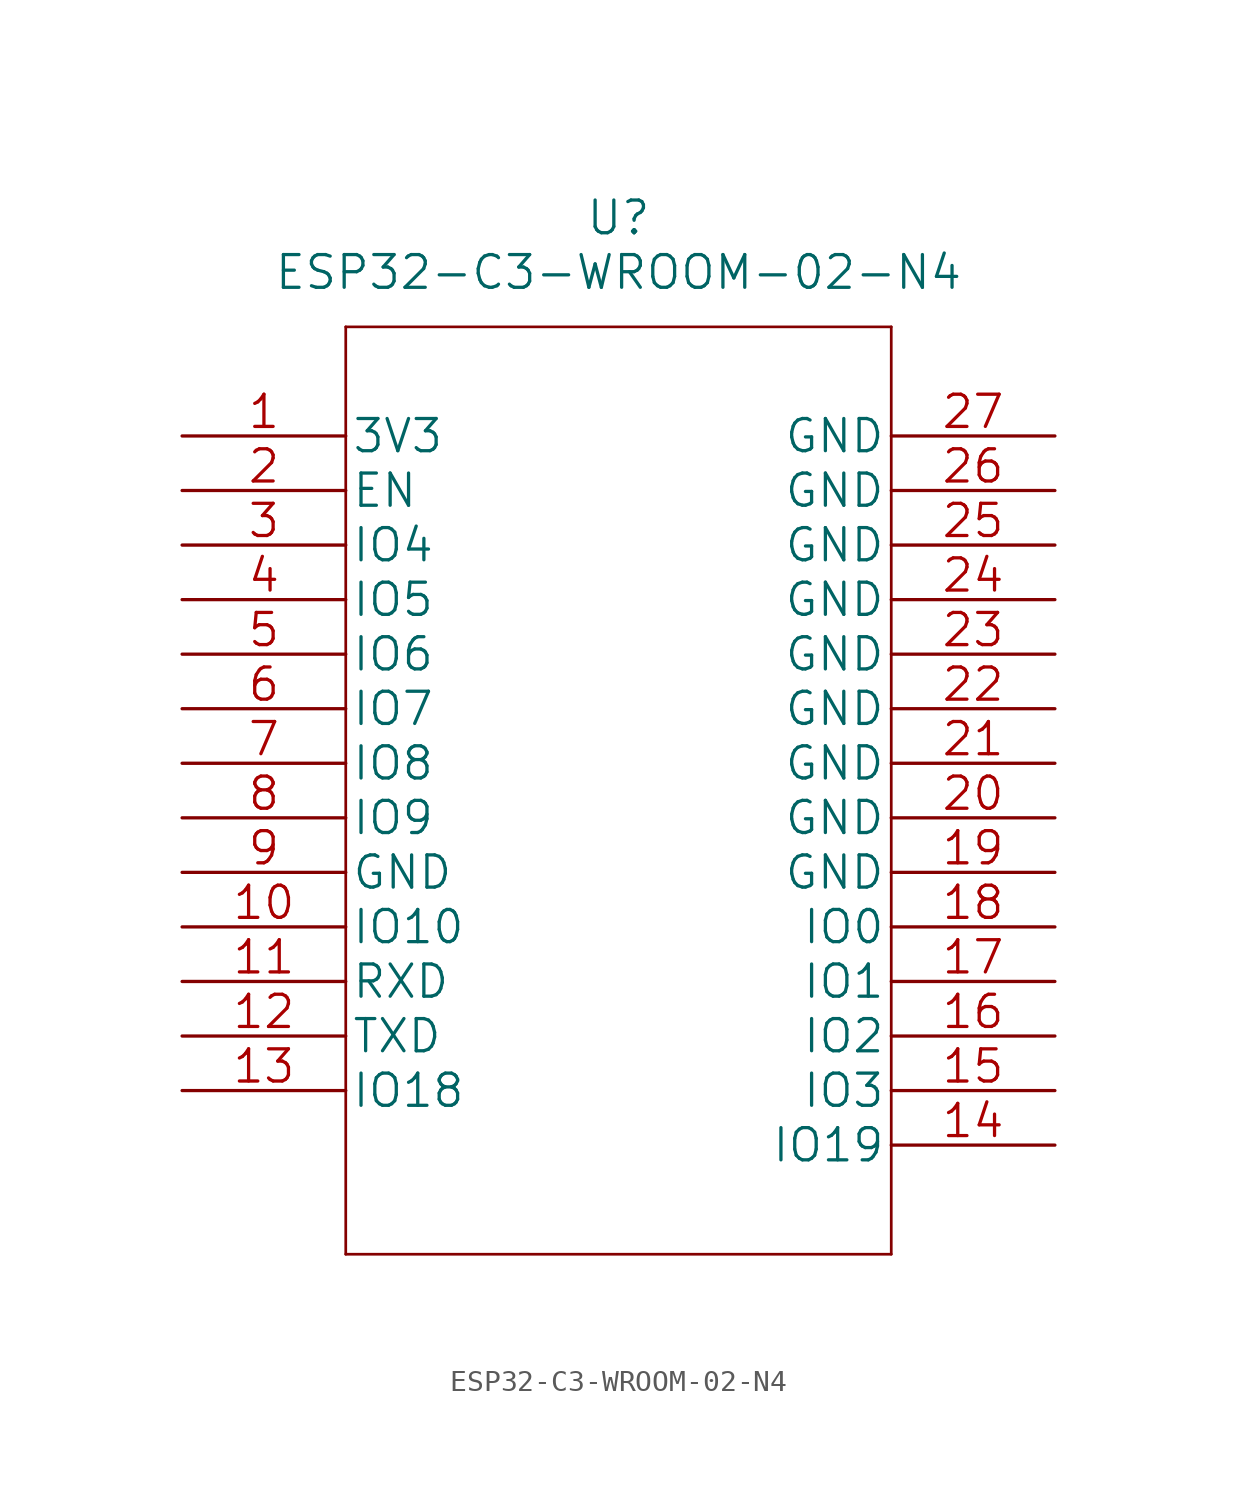
<source format=kicad_sym>
(kicad_symbol_lib
  (version 20211014)
  (generator kicad_symbol_editor)
  (symbol "ESP32-C3-WROOM-02-N4"
    (pin_names
      (offset 0.254))
    (property "Reference" "U"
      (at 20.32 10.16 0)
      (effects (font (size 1.524 1.524))))
    (property "Value" "ESP32-C3-WROOM-02-N4"
      (at 20.32 7.62 0)
      (effects (font (size 1.524 1.524))))
    (property "Datasheet" ""
      (at 0 0 0)
      (effects (font (size 1.524 1.524))))
    (property "ki_locked" ""
      (at 0 0 0)
      (effects (font (size 1.27 1.27))))
    (symbol "ESP32-C3-WROOM-02-N4_1_1"
      (polyline (pts (xy 7.62 -38.1) (xy 33.02 -38.1)) (stroke (width 0.127) (type default) (color 0 0 0 0)) (fill (type none)))
      (polyline (pts (xy 7.62 5.08) (xy 7.62 -38.1)) (stroke (width 0.127) (type default) (color 0 0 0 0)) (fill (type none)))
      (polyline (pts (xy 33.02 -38.1) (xy 33.02 5.08)) (stroke (width 0.127) (type default) (color 0 0 0 0)) (fill (type none)))
      (polyline (pts (xy 33.02 5.08) (xy 7.62 5.08)) (stroke (width 0.127) (type default) (color 0 0 0 0)) (fill (type none)))
      (pin unspecified line (at 0 0 0) (length 7.62) (name "3V3" (effects (font (size 1.499 1.499)))) (number "1" (effects (font (size 1.499 1.499)))))
      (pin bidirectional line (at 0 -22.86 0) (length 7.62) (name "IO10" (effects (font (size 1.499 1.499)))) (number "10" (effects (font (size 1.499 1.499)))))
      (pin unspecified line (at 0 -25.4 0) (length 7.62) (name "RXD" (effects (font (size 1.499 1.499)))) (number "11" (effects (font (size 1.499 1.499)))))
      (pin unspecified line (at 0 -27.94 0) (length 7.62) (name "TXD" (effects (font (size 1.499 1.499)))) (number "12" (effects (font (size 1.499 1.499)))))
      (pin bidirectional line (at 0 -30.48 0) (length 7.62) (name "IO18" (effects (font (size 1.499 1.499)))) (number "13" (effects (font (size 1.499 1.499)))))
      (pin bidirectional line (at 40.64 -33.02 180) (length 7.62) (name "IO19" (effects (font (size 1.499 1.499)))) (number "14" (effects (font (size 1.499 1.499)))))
      (pin bidirectional line (at 40.64 -30.48 180) (length 7.62) (name "IO3" (effects (font (size 1.499 1.499)))) (number "15" (effects (font (size 1.499 1.499)))))
      (pin bidirectional line (at 40.64 -27.94 180) (length 7.62) (name "IO2" (effects (font (size 1.499 1.499)))) (number "16" (effects (font (size 1.499 1.499)))))
      (pin bidirectional line (at 40.64 -25.4 180) (length 7.62) (name "IO1" (effects (font (size 1.499 1.499)))) (number "17" (effects (font (size 1.499 1.499)))))
      (pin bidirectional line (at 40.64 -22.86 180) (length 7.62) (name "IO0" (effects (font (size 1.499 1.499)))) (number "18" (effects (font (size 1.499 1.499)))))
      (pin power_in line (at 40.64 -20.32 180) (length 7.62) (name "GND" (effects (font (size 1.499 1.499)))) (number "19" (effects (font (size 1.499 1.499)))))
      (pin unspecified line (at 0 -2.54 0) (length 7.62) (name "EN" (effects (font (size 1.499 1.499)))) (number "2" (effects (font (size 1.499 1.499)))))
      (pin power_in line (at 40.64 -17.78 180) (length 7.62) (name "GND" (effects (font (size 1.499 1.499)))) (number "20" (effects (font (size 1.499 1.499)))))
      (pin power_in line (at 40.64 -15.24 180) (length 7.62) (name "GND" (effects (font (size 1.499 1.499)))) (number "21" (effects (font (size 1.499 1.499)))))
      (pin power_in line (at 40.64 -12.7 180) (length 7.62) (name "GND" (effects (font (size 1.499 1.499)))) (number "22" (effects (font (size 1.499 1.499)))))
      (pin power_in line (at 40.64 -10.16 180) (length 7.62) (name "GND" (effects (font (size 1.499 1.499)))) (number "23" (effects (font (size 1.499 1.499)))))
      (pin power_in line (at 40.64 -7.62 180) (length 7.62) (name "GND" (effects (font (size 1.499 1.499)))) (number "24" (effects (font (size 1.499 1.499)))))
      (pin power_in line (at 40.64 -5.08 180) (length 7.62) (name "GND" (effects (font (size 1.499 1.499)))) (number "25" (effects (font (size 1.499 1.499)))))
      (pin power_in line (at 40.64 -2.54 180) (length 7.62) (name "GND" (effects (font (size 1.499 1.499)))) (number "26" (effects (font (size 1.499 1.499)))))
      (pin power_in line (at 40.64 0 180) (length 7.62) (name "GND" (effects (font (size 1.499 1.499)))) (number "27" (effects (font (size 1.499 1.499)))))
      (pin bidirectional line (at 0 -5.08 0) (length 7.62) (name "IO4" (effects (font (size 1.499 1.499)))) (number "3" (effects (font (size 1.499 1.499)))))
      (pin bidirectional line (at 0 -7.62 0) (length 7.62) (name "IO5" (effects (font (size 1.499 1.499)))) (number "4" (effects (font (size 1.499 1.499)))))
      (pin bidirectional line (at 0 -10.16 0) (length 7.62) (name "IO6" (effects (font (size 1.499 1.499)))) (number "5" (effects (font (size 1.499 1.499)))))
      (pin bidirectional line (at 0 -12.7 0) (length 7.62) (name "IO7" (effects (font (size 1.499 1.499)))) (number "6" (effects (font (size 1.499 1.499)))))
      (pin bidirectional line (at 0 -15.24 0) (length 7.62) (name "IO8" (effects (font (size 1.499 1.499)))) (number "7" (effects (font (size 1.499 1.499)))))
      (pin bidirectional line (at 0 -17.78 0) (length 7.62) (name "IO9" (effects (font (size 1.499 1.499)))) (number "8" (effects (font (size 1.499 1.499)))))
      (pin power_in line (at 0 -20.32 0) (length 7.62) (name "GND" (effects (font (size 1.499 1.499)))) (number "9" (effects (font (size 1.499 1.499))))))))
</source>
